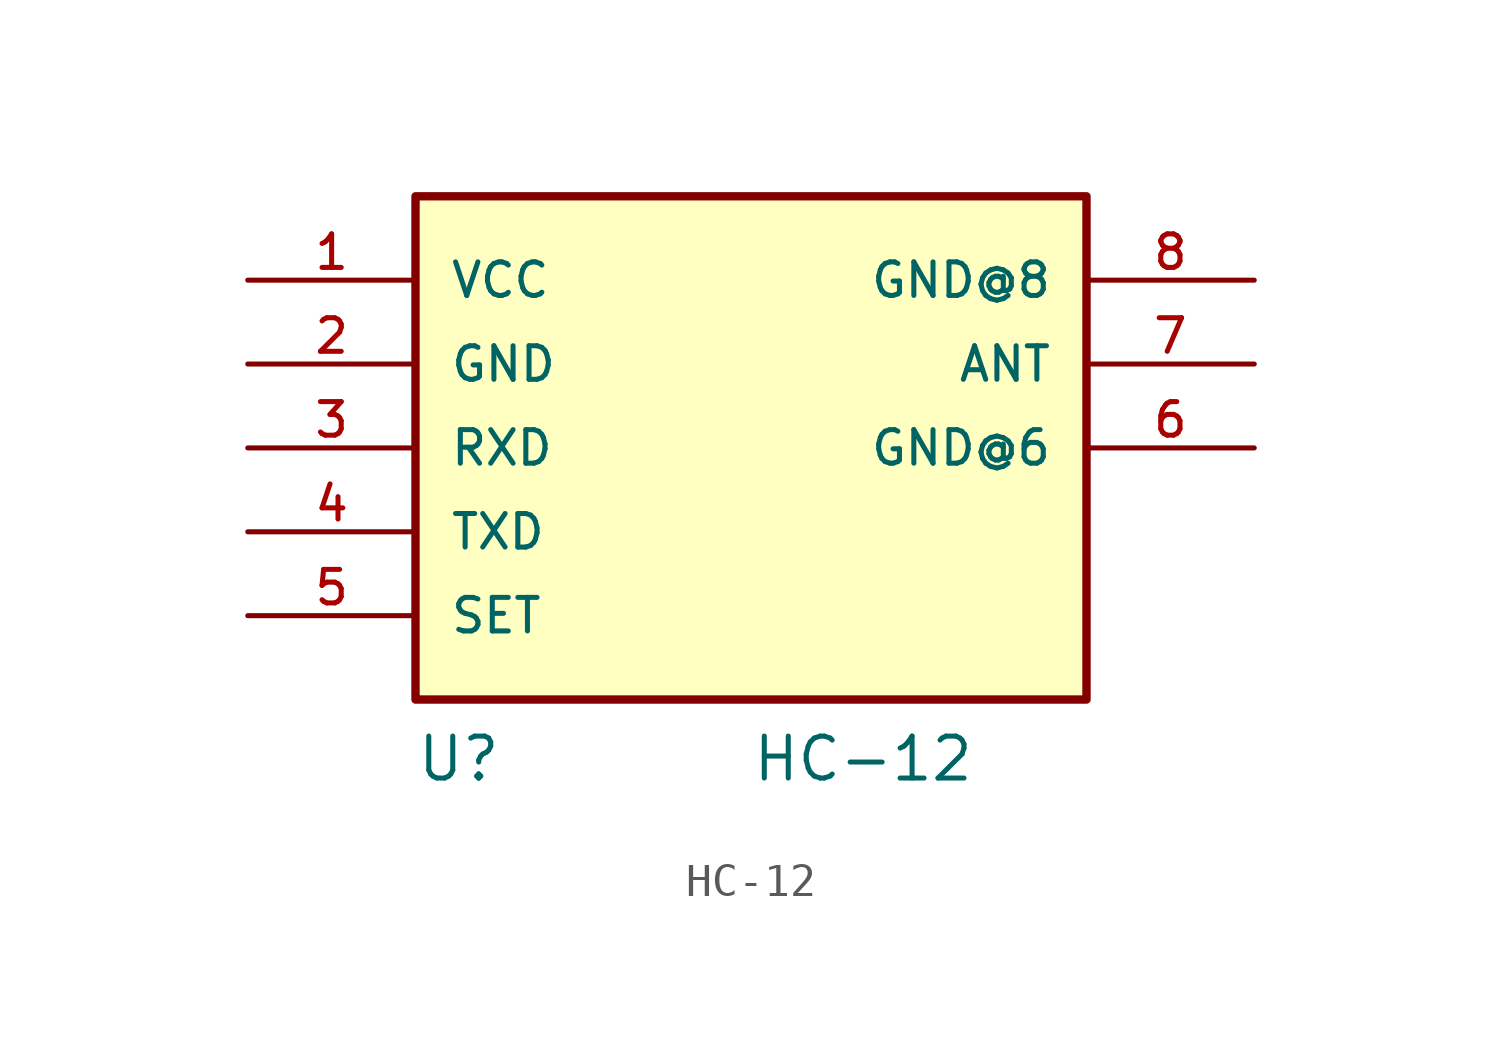
<source format=kicad_sym>
(kicad_symbol_lib
  (version 20211014)
  (generator kicad_symbol_editor)
  (symbol "HC-12"
    (pin_names
      (offset 1.016))
    (property "Reference" "U"
      (at -10.16 -10.16 0)
      (effects (font (size 1.27 1.27)) (justify bottom left)))
    (property "Value" "HC-12"
      (at 0.0 -10.16 0)
      (effects (font (size 1.27 1.27)) (justify bottom left)))
    (symbol "HC-12_0_0"
      (rectangle (start -10.16 -7.62) (end 10.16 7.62) (stroke (width 0.254)) (fill (type background)))
      (pin power_in line (at -15.24 5.08 0) (length 5.08) (name "VCC" (effects (font (size 1.016 1.016)))) (number "1" (effects (font (size 1.016 1.016)))))
      (pin power_in line (at -15.24 2.54 0) (length 5.08) (name "GND" (effects (font (size 1.016 1.016)))) (number "2" (effects (font (size 1.016 1.016)))))
      (pin bidirectional line (at -15.24 0.0 0) (length 5.08) (name "RXD" (effects (font (size 1.016 1.016)))) (number "3" (effects (font (size 1.016 1.016)))))
      (pin bidirectional line (at -15.24 -2.54 0) (length 5.08) (name "TXD" (effects (font (size 1.016 1.016)))) (number "4" (effects (font (size 1.016 1.016)))))
      (pin bidirectional line (at -15.24 -5.08 0) (length 5.08) (name "SET" (effects (font (size 1.016 1.016)))) (number "5" (effects (font (size 1.016 1.016)))))
      (pin power_in line (at 15.24 0.0 180.0) (length 5.08) (name "GND@6" (effects (font (size 1.016 1.016)))) (number "6" (effects (font (size 1.016 1.016)))))
      (pin bidirectional line (at 15.24 2.54 180.0) (length 5.08) (name "ANT" (effects (font (size 1.016 1.016)))) (number "7" (effects (font (size 1.016 1.016)))))
      (pin power_in line (at 15.24 5.08 180.0) (length 5.08) (name "GND@8" (effects (font (size 1.016 1.016)))) (number "8" (effects (font (size 1.016 1.016))))))))
</source>
